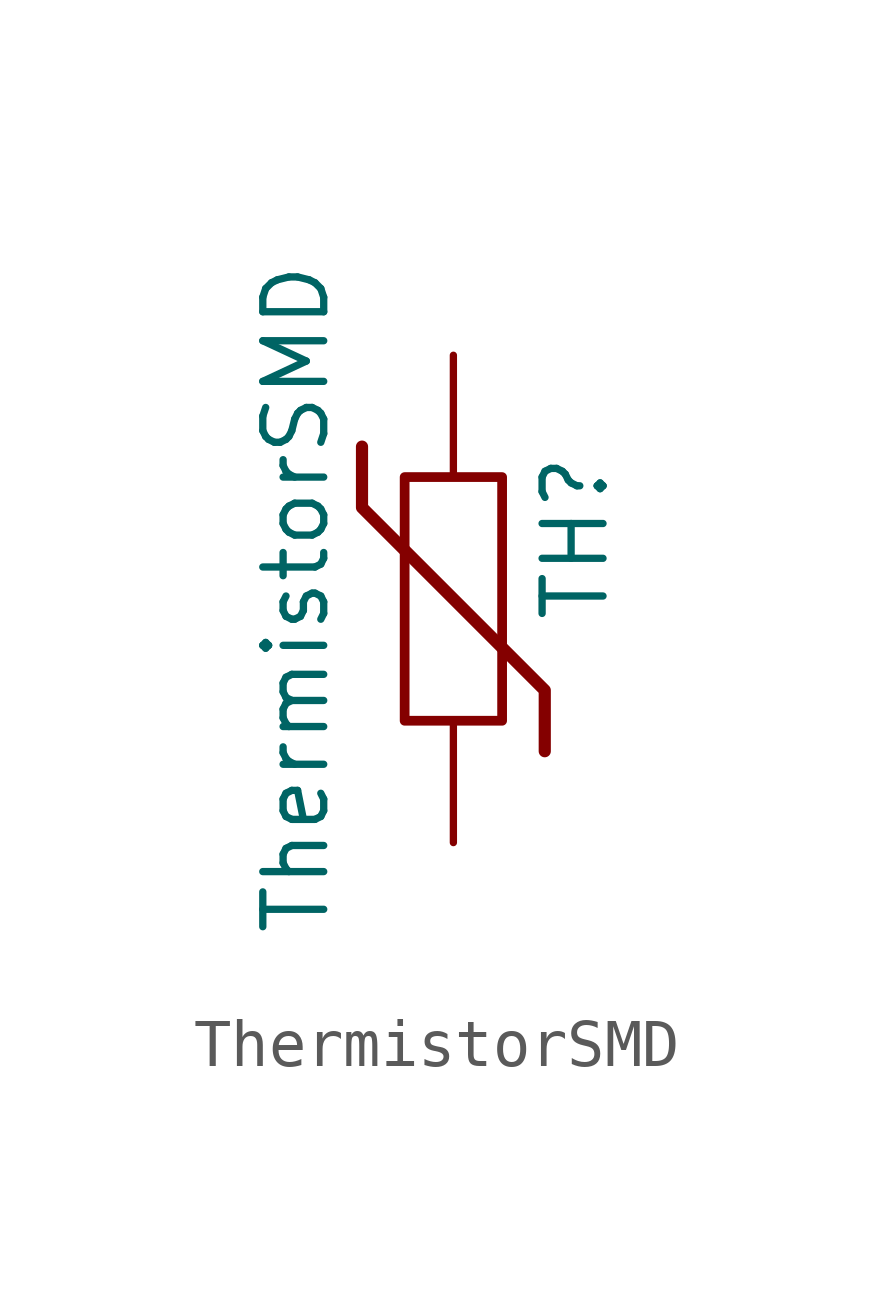
<source format=kicad_sym>
(kicad_symbol_lib
  (version 20231120)
  (generator "kicad_symbol_editor")
  (generator_version "8.0")
  (symbol "ThermistorSMD"
    (pin_numbers hide)
    (pin_names
      (offset 0))
    (property "Reference" "TH"
      (at 2.54 1.27 90)
      (effects (font (size 1.27 1.27))))
    (property "Value" "ThermistorSMD"
      (at -2.54 0 90)
      (effects (font (size 1.27 1.27)) (justify bottom)))
    (symbol "ThermistorSMD_0_1"
      (rectangle (start -1.016 2.54) (end 1.016 -2.54) (stroke (width 0.203) (type default)) (fill (type none)))
      (polyline (pts (xy -1.905 3.175) (xy -1.905 1.905) (xy 1.905 -1.905) (xy 1.905 -3.175) (xy 1.905 -3.175)) (stroke (width 0.254) (type default)) (fill (type none))))
    (symbol "ThermistorSMD_1_1"
      (pin passive line (at 0 5.08 270) (length 2.54) (name "~" (effects (font (size 1.27 1.27)))) (number "1" (effects (font (size 1.27 1.27)))))
      (pin passive line (at 0 -5.08 90) (length 2.54) (name "~" (effects (font (size 1.27 1.27)))) (number "2" (effects (font (size 1.27 1.27))))))))
</source>
